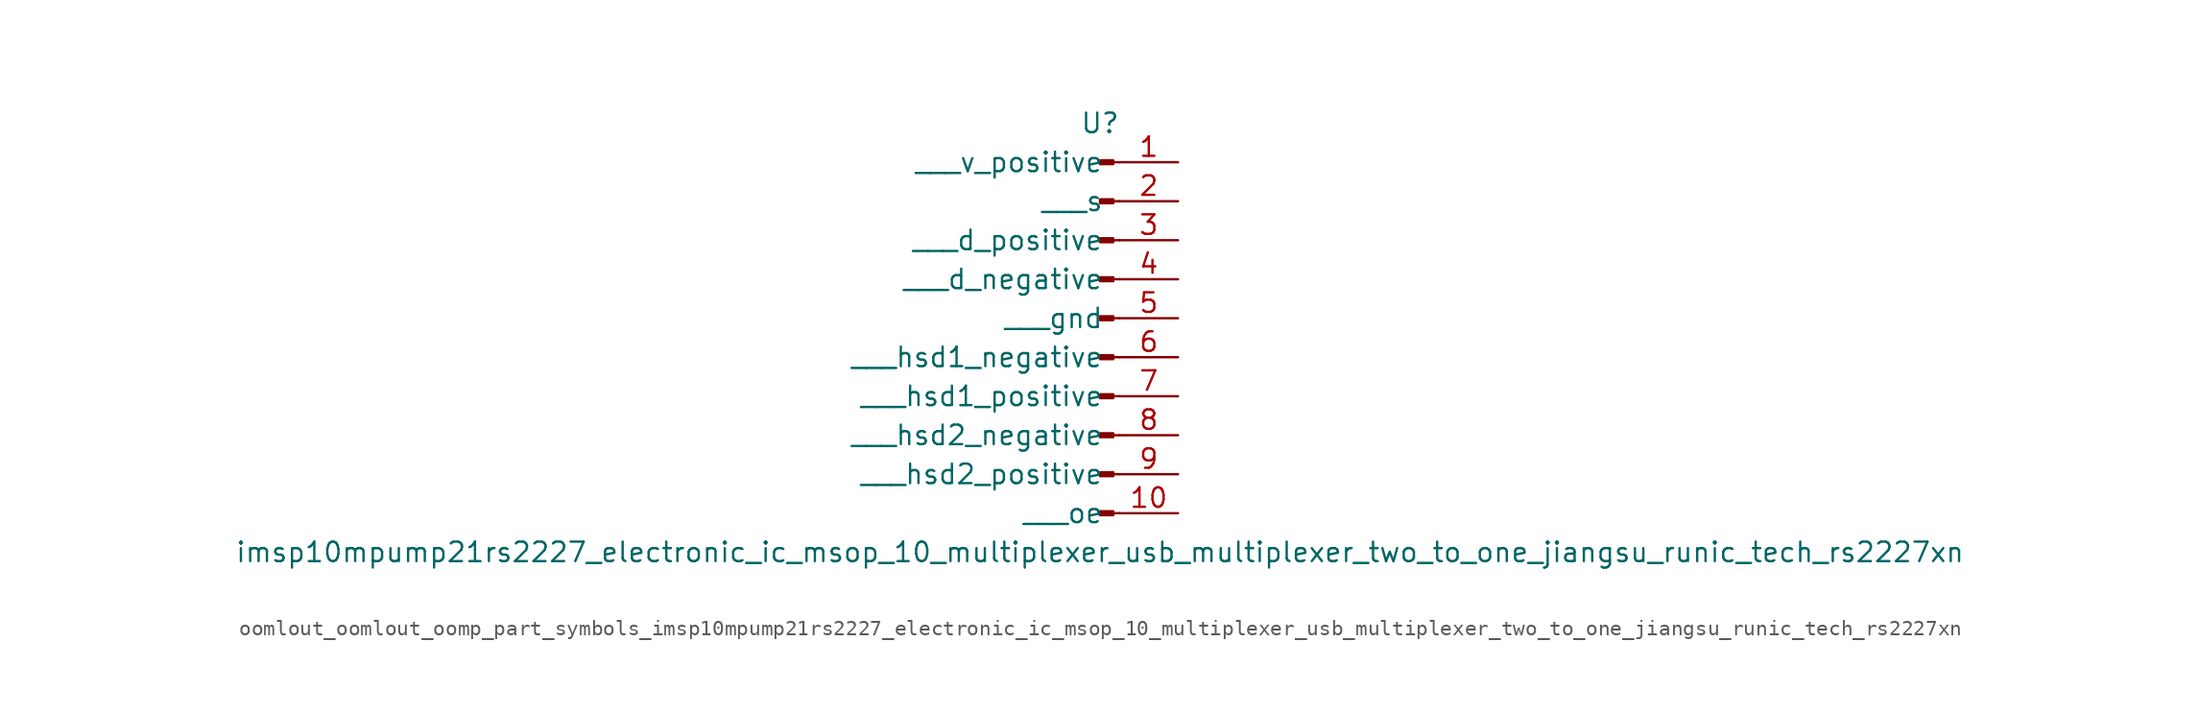
<source format=kicad_sym>
(kicad_symbol_lib
  (version 20220914)
  (generator kicad_symbol_editor)
  (symbol "oomlout_oomlout_oomp_part_symbols_imsp10mpump21rs2227_electronic_ic_msop_10_multiplexer_usb_multiplexer_two_to_one_jiangsu_runic_tech_rs2227xn"
    (pin_names
      (offset 1.016))
    (property "Reference" "U"
      (at 0 12.7 0)
      (effects (font (size 1.27 1.27))))
    (property "Value" "imsp10mpump21rs2227_electronic_ic_msop_10_multiplexer_usb_multiplexer_two_to_one_jiangsu_runic_tech_rs2227xn"
      (at 0 -15.24 0)
      (effects (font (size 1.27 1.27))))
    (property "ki_locked" ""
      (at 0 0 0)
      (effects (font (size 1.27 1.27))))
    (symbol "oomlout_oomlout_oomp_part_symbols_imsp10mpump21rs2227_electronic_ic_msop_10_multiplexer_usb_multiplexer_two_to_one_jiangsu_runic_tech_rs2227xn_1_1"
      (polyline (pts (xy 1.27 -12.7) (xy 0.864 -12.7)) (stroke (width 0.152) (type default)) (fill (type none)))
      (polyline (pts (xy 1.27 -10.16) (xy 0.864 -10.16)) (stroke (width 0.152) (type default)) (fill (type none)))
      (polyline (pts (xy 1.27 -7.62) (xy 0.864 -7.62)) (stroke (width 0.152) (type default)) (fill (type none)))
      (polyline (pts (xy 1.27 -5.08) (xy 0.864 -5.08)) (stroke (width 0.152) (type default)) (fill (type none)))
      (polyline (pts (xy 1.27 -2.54) (xy 0.864 -2.54)) (stroke (width 0.152) (type default)) (fill (type none)))
      (polyline (pts (xy 1.27 0) (xy 0.864 0)) (stroke (width 0.152) (type default)) (fill (type none)))
      (polyline (pts (xy 1.27 2.54) (xy 0.864 2.54)) (stroke (width 0.152) (type default)) (fill (type none)))
      (polyline (pts (xy 1.27 5.08) (xy 0.864 5.08)) (stroke (width 0.152) (type default)) (fill (type none)))
      (polyline (pts (xy 1.27 7.62) (xy 0.864 7.62)) (stroke (width 0.152) (type default)) (fill (type none)))
      (polyline (pts (xy 1.27 10.16) (xy 0.864 10.16)) (stroke (width 0.152) (type default)) (fill (type none)))
      (rectangle (start 0.864 -12.573) (end 0 -12.827) (stroke (width 0.152) (type default)) (fill (type outline)))
      (rectangle (start 0.864 -10.033) (end 0 -10.287) (stroke (width 0.152) (type default)) (fill (type outline)))
      (rectangle (start 0.864 -7.493) (end 0 -7.747) (stroke (width 0.152) (type default)) (fill (type outline)))
      (rectangle (start 0.864 -4.953) (end 0 -5.207) (stroke (width 0.152) (type default)) (fill (type outline)))
      (rectangle (start 0.864 -2.413) (end 0 -2.667) (stroke (width 0.152) (type default)) (fill (type outline)))
      (rectangle (start 0.864 0.127) (end 0 -0.127) (stroke (width 0.152) (type default)) (fill (type outline)))
      (rectangle (start 0.864 2.667) (end 0 2.413) (stroke (width 0.152) (type default)) (fill (type outline)))
      (rectangle (start 0.864 5.207) (end 0 4.953) (stroke (width 0.152) (type default)) (fill (type outline)))
      (rectangle (start 0.864 7.747) (end 0 7.493) (stroke (width 0.152) (type default)) (fill (type outline)))
      (rectangle (start 0.864 10.287) (end 0 10.033) (stroke (width 0.152) (type default)) (fill (type outline)))
      (pin passive line (at 5.08 10.16 180) (length 3.81) (name "   v_positive" (effects (font (size 1.27 1.27)))) (number "1" (effects (font (size 1.27 1.27)))))
      (pin passive line (at 5.08 -12.7 180) (length 3.81) (name "   oe" (effects (font (size 1.27 1.27)))) (number "10" (effects (font (size 1.27 1.27)))))
      (pin passive line (at 5.08 7.62 180) (length 3.81) (name "   s" (effects (font (size 1.27 1.27)))) (number "2" (effects (font (size 1.27 1.27)))))
      (pin passive line (at 5.08 5.08 180) (length 3.81) (name "   d_positive" (effects (font (size 1.27 1.27)))) (number "3" (effects (font (size 1.27 1.27)))))
      (pin passive line (at 5.08 2.54 180) (length 3.81) (name "   d_negative" (effects (font (size 1.27 1.27)))) (number "4" (effects (font (size 1.27 1.27)))))
      (pin passive line (at 5.08 0 180) (length 3.81) (name "   gnd" (effects (font (size 1.27 1.27)))) (number "5" (effects (font (size 1.27 1.27)))))
      (pin passive line (at 5.08 -2.54 180) (length 3.81) (name "   hsd1_negative" (effects (font (size 1.27 1.27)))) (number "6" (effects (font (size 1.27 1.27)))))
      (pin passive line (at 5.08 -5.08 180) (length 3.81) (name "   hsd1_positive" (effects (font (size 1.27 1.27)))) (number "7" (effects (font (size 1.27 1.27)))))
      (pin passive line (at 5.08 -7.62 180) (length 3.81) (name "   hsd2_negative" (effects (font (size 1.27 1.27)))) (number "8" (effects (font (size 1.27 1.27)))))
      (pin passive line (at 5.08 -10.16 180) (length 3.81) (name "   hsd2_positive" (effects (font (size 1.27 1.27)))) (number "9" (effects (font (size 1.27 1.27))))))))
</source>
